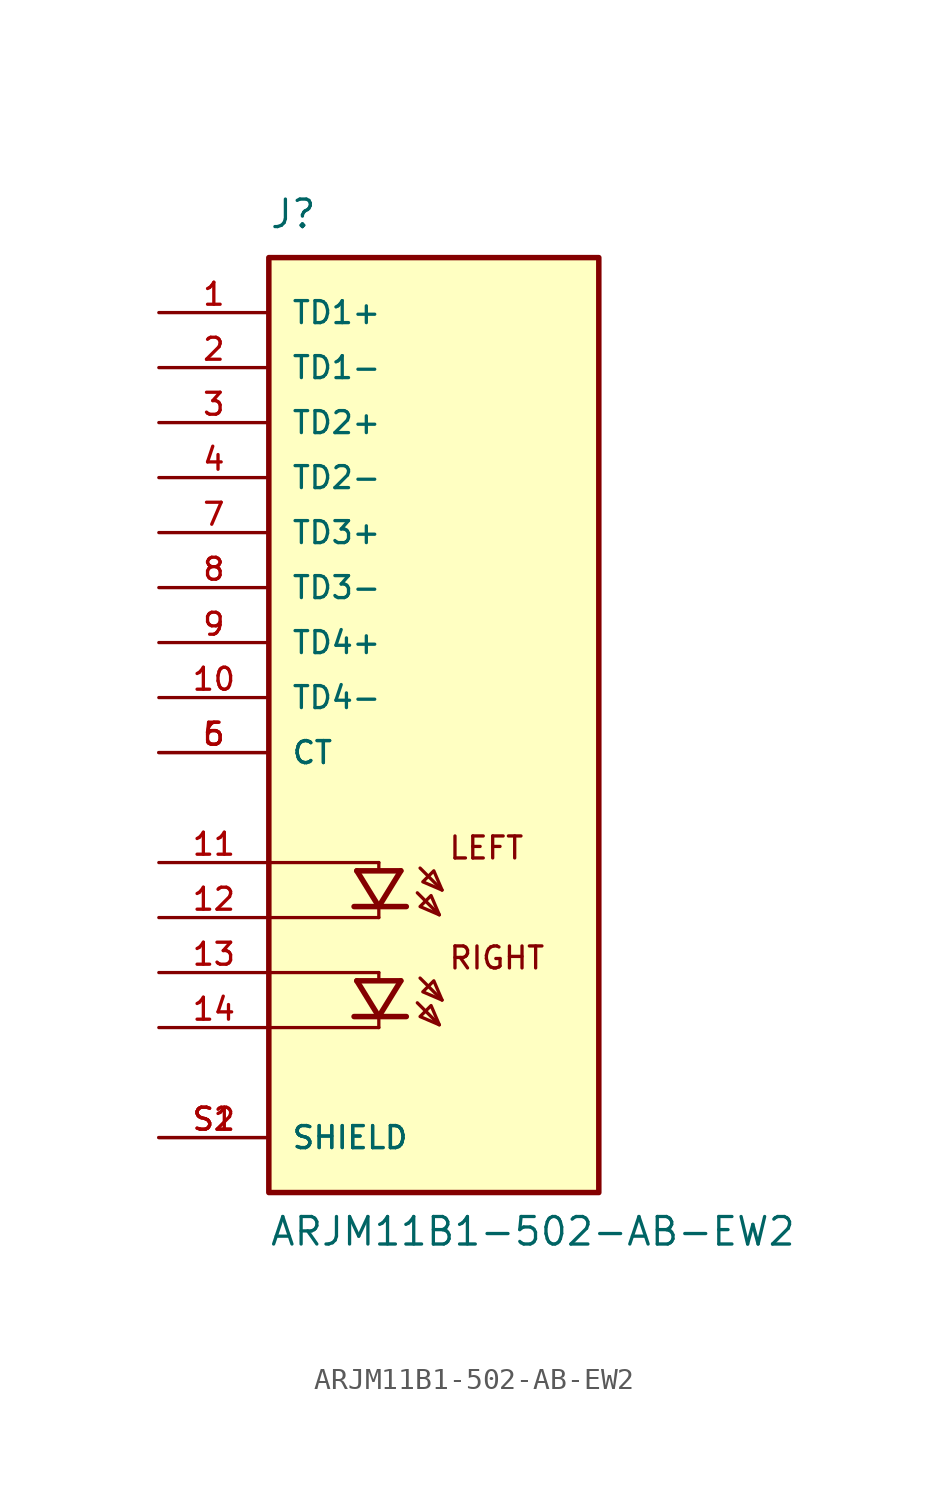
<source format=kicad_sym>
(kicad_symbol_lib
  (version 20211014)
  (generator kicad_symbol_editor)
  (symbol "ARJM11B1-502-AB-EW2"
    (pin_names
      (offset 1.016))
    (property "Reference" "J"
      (at -7.62 24.13 0)
      (effects (font (size 1.27 1.27)) (justify left bottom)))
    (property "Value" "ARJM11B1-502-AB-EW2"
      (at -7.62 -22.86 0)
      (effects (font (size 1.27 1.27)) (justify left bottom)))
    (property "ki_locked" ""
      (at 0 0 0)
      (effects (font (size 1.27 1.27))))
    (symbol "ARJM11B1-502-AB-EW2_0_0"
      (rectangle (start -7.62 -20.32) (end 7.62 22.86) (stroke (width 0.254) (type default) (color 0 0 0 0)) (fill (type background)))
      (polyline (pts (xy -7.62 -10.16) (xy -2.54 -10.16)) (stroke (width 0.152) (type default) (color 0 0 0 0)) (fill (type none)))
      (polyline (pts (xy -7.62 -5.08) (xy -2.54 -5.08)) (stroke (width 0.152) (type default) (color 0 0 0 0)) (fill (type none)))
      (polyline (pts (xy -3.683 -12.192) (xy -2.54 -12.192)) (stroke (width 0.254) (type default) (color 0 0 0 0)) (fill (type none)))
      (polyline (pts (xy -3.683 -7.112) (xy -2.54 -7.112)) (stroke (width 0.254) (type default) (color 0 0 0 0)) (fill (type none)))
      (polyline (pts (xy -3.556 -10.541) (xy -2.54 -12.192)) (stroke (width 0.254) (type default) (color 0 0 0 0)) (fill (type none)))
      (polyline (pts (xy -3.556 -10.541) (xy -1.524 -10.541)) (stroke (width 0.254) (type default) (color 0 0 0 0)) (fill (type none)))
      (polyline (pts (xy -3.556 -5.461) (xy -2.54 -7.112)) (stroke (width 0.254) (type default) (color 0 0 0 0)) (fill (type none)))
      (polyline (pts (xy -3.556 -5.461) (xy -1.524 -5.461)) (stroke (width 0.254) (type default) (color 0 0 0 0)) (fill (type none)))
      (polyline (pts (xy -2.54 -12.7) (xy -7.62 -12.7)) (stroke (width 0.152) (type default) (color 0 0 0 0)) (fill (type none)))
      (polyline (pts (xy -2.54 -12.319) (xy -2.54 -12.7)) (stroke (width 0.152) (type default) (color 0 0 0 0)) (fill (type none)))
      (polyline (pts (xy -2.54 -12.192) (xy -1.524 -10.541)) (stroke (width 0.254) (type default) (color 0 0 0 0)) (fill (type none)))
      (polyline (pts (xy -2.54 -12.192) (xy -1.27 -12.192)) (stroke (width 0.254) (type default) (color 0 0 0 0)) (fill (type none)))
      (polyline (pts (xy -2.54 -10.16) (xy -2.54 -10.414)) (stroke (width 0.152) (type default) (color 0 0 0 0)) (fill (type none)))
      (polyline (pts (xy -2.54 -7.62) (xy -7.62 -7.62)) (stroke (width 0.152) (type default) (color 0 0 0 0)) (fill (type none)))
      (polyline (pts (xy -2.54 -7.239) (xy -2.54 -7.62)) (stroke (width 0.152) (type default) (color 0 0 0 0)) (fill (type none)))
      (polyline (pts (xy -2.54 -7.112) (xy -1.524 -5.461)) (stroke (width 0.254) (type default) (color 0 0 0 0)) (fill (type none)))
      (polyline (pts (xy -2.54 -7.112) (xy -1.27 -7.112)) (stroke (width 0.254) (type default) (color 0 0 0 0)) (fill (type none)))
      (polyline (pts (xy -2.54 -5.08) (xy -2.54 -5.334)) (stroke (width 0.152) (type default) (color 0 0 0 0)) (fill (type none)))
      (polyline (pts (xy -0.762 -11.557) (xy 0.254 -12.573)) (stroke (width 0.152) (type default) (color 0 0 0 0)) (fill (type none)))
      (polyline (pts (xy -0.762 -6.477) (xy 0.254 -7.493)) (stroke (width 0.152) (type default) (color 0 0 0 0)) (fill (type none)))
      (polyline (pts (xy -0.635 -10.414) (xy 0.381 -11.43)) (stroke (width 0.152) (type default) (color 0 0 0 0)) (fill (type none)))
      (polyline (pts (xy -0.635 -5.334) (xy 0.381 -6.35)) (stroke (width 0.152) (type default) (color 0 0 0 0)) (fill (type none)))
      (polyline (pts (xy 0.254 -12.573) (xy -0.127 -11.684) (xy -0.635 -12.192) (xy 0.254 -12.573)) (stroke (width 0.152) (type default) (color 0 0 0 0)) (fill (type background)))
      (polyline (pts (xy 0.254 -7.493) (xy -0.127 -6.604) (xy -0.635 -7.112) (xy 0.254 -7.493)) (stroke (width 0.152) (type default) (color 0 0 0 0)) (fill (type background)))
      (polyline (pts (xy 0.381 -11.43) (xy 0 -10.541) (xy -0.508 -11.049) (xy 0.381 -11.43)) (stroke (width 0.152) (type default) (color 0 0 0 0)) (fill (type background)))
      (polyline (pts (xy 0.381 -6.35) (xy 0 -5.461) (xy -0.508 -5.969) (xy 0.381 -6.35)) (stroke (width 0.152) (type default) (color 0 0 0 0)) (fill (type background)))
      (text "LEFT" (at 0.635 -3.81 0) (effects (font (size 1.016 1.016)) (justify left top)))
      (text "RIGHT" (at 0.635 -8.89 0) (effects (font (size 1.016 1.016)) (justify left top)))
      (pin passive line (at -12.7 20.32 0) (length 5.08) (name "TD1+" (effects (font (size 1.016 1.016)))) (number "1" (effects (font (size 1.016 1.016)))))
      (pin passive line (at -12.7 2.54 0) (length 5.08) (name "TD4-" (effects (font (size 1.016 1.016)))) (number "10" (effects (font (size 1.016 1.016)))))
      (pin passive line (at -12.7 -5.08 0) (length 5.08) (name "~" (effects (font (size 1.016 1.016)))) (number "11" (effects (font (size 1.016 1.016)))))
      (pin passive line (at -12.7 -7.62 0) (length 5.08) (name "~" (effects (font (size 1.016 1.016)))) (number "12" (effects (font (size 1.016 1.016)))))
      (pin passive line (at -12.7 -10.16 0) (length 5.08) (name "~" (effects (font (size 1.016 1.016)))) (number "13" (effects (font (size 1.016 1.016)))))
      (pin passive line (at -12.7 -12.7 0) (length 5.08) (name "~" (effects (font (size 1.016 1.016)))) (number "14" (effects (font (size 1.016 1.016)))))
      (pin passive line (at -12.7 17.78 0) (length 5.08) (name "TD1-" (effects (font (size 1.016 1.016)))) (number "2" (effects (font (size 1.016 1.016)))))
      (pin passive line (at -12.7 15.24 0) (length 5.08) (name "TD2+" (effects (font (size 1.016 1.016)))) (number "3" (effects (font (size 1.016 1.016)))))
      (pin passive line (at -12.7 12.7 0) (length 5.08) (name "TD2-" (effects (font (size 1.016 1.016)))) (number "4" (effects (font (size 1.016 1.016)))))
      (pin passive line (at -12.7 0 0) (length 5.08) (name "CT" (effects (font (size 1.016 1.016)))) (number "5" (effects (font (size 1.016 1.016)))))
      (pin passive line (at -12.7 0 0) (length 5.08) (name "CT" (effects (font (size 1.016 1.016)))) (number "6" (effects (font (size 1.016 1.016)))))
      (pin passive line (at -12.7 10.16 0) (length 5.08) (name "TD3+" (effects (font (size 1.016 1.016)))) (number "7" (effects (font (size 1.016 1.016)))))
      (pin passive line (at -12.7 7.62 0) (length 5.08) (name "TD3-" (effects (font (size 1.016 1.016)))) (number "8" (effects (font (size 1.016 1.016)))))
      (pin passive line (at -12.7 5.08 0) (length 5.08) (name "TD4+" (effects (font (size 1.016 1.016)))) (number "9" (effects (font (size 1.016 1.016)))))
      (pin passive line (at -12.7 -17.78 0) (length 5.08) (name "SHIELD" (effects (font (size 1.016 1.016)))) (number "S1" (effects (font (size 1.016 1.016)))))
      (pin passive line (at -12.7 -17.78 0) (length 5.08) (name "SHIELD" (effects (font (size 1.016 1.016)))) (number "S2" (effects (font (size 1.016 1.016))))))))
</source>
